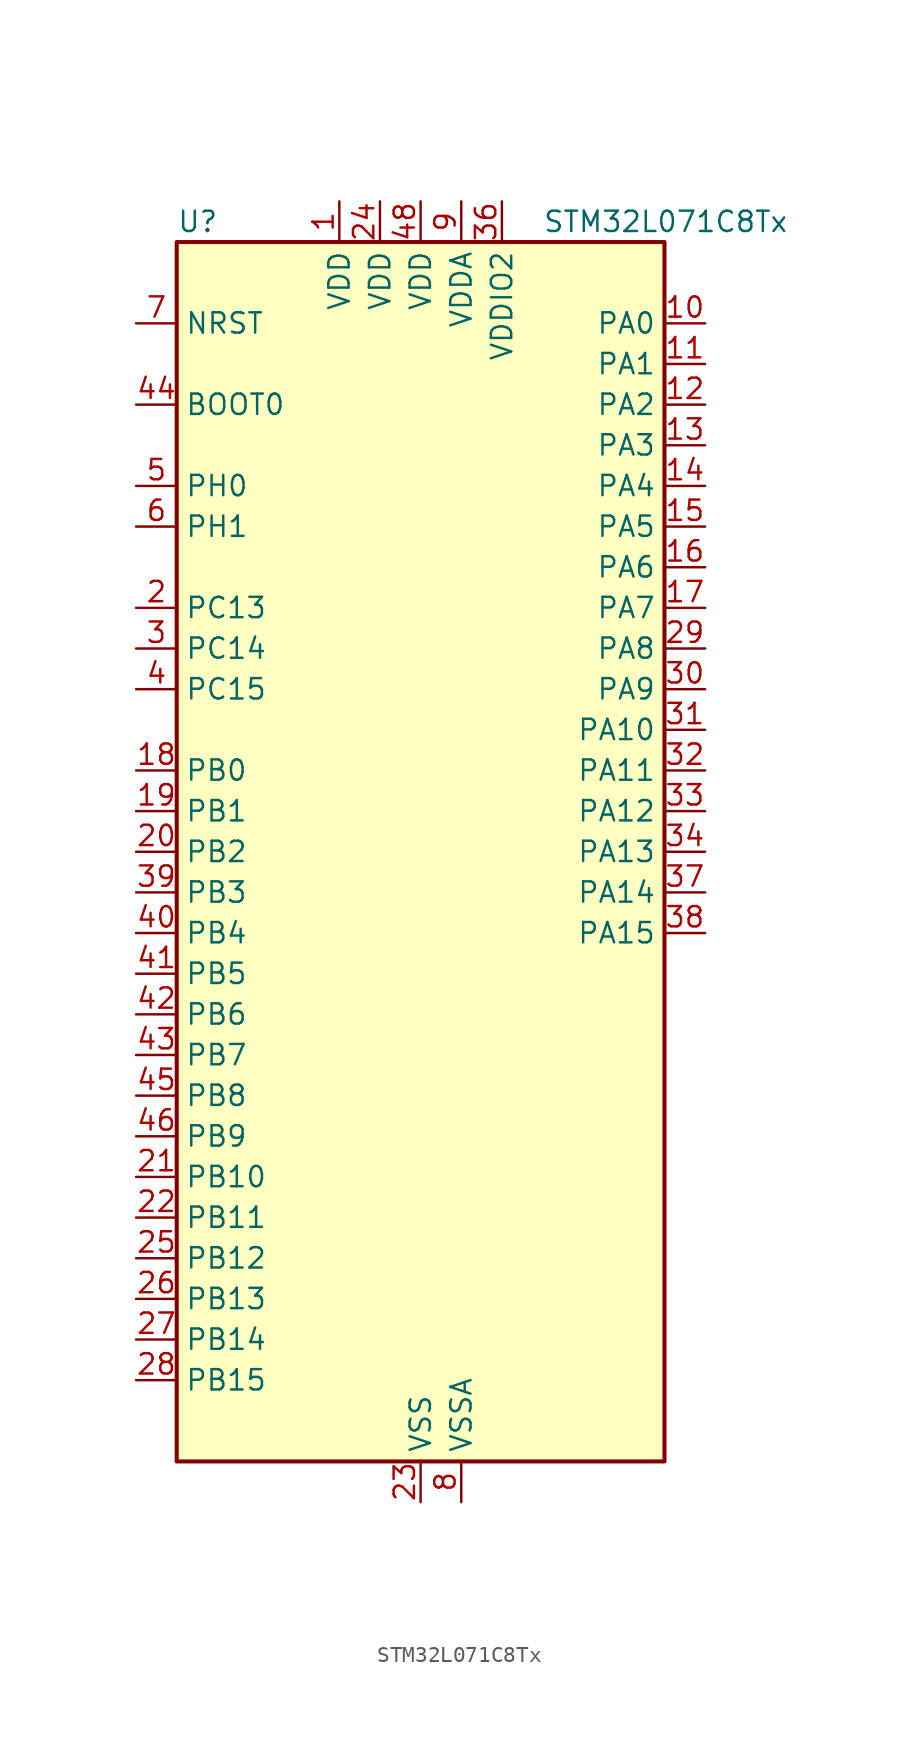
<source format=kicad_sym>
(kicad_symbol_lib
  (version 20241209)
  (generator "kicad_symbol_editor")
  (generator_version "9.0")
  (symbol "STM32L071C8Tx"
    (property "Reference" "U"
      (at -15.24 39.37 0)
      (effects (font (size 1.27 1.27)) (justify left)))
    (property "Value" "STM32L071C8Tx"
      (at 7.62 39.37 0)
      (effects (font (size 1.27 1.27)) (justify left)))
    (symbol "STM32L071C8Tx_0_1"
      (rectangle (start -15.24 -38.1) (end 15.24 38.1) (stroke (width 0.254) (type default)) (fill (type background))))
    (symbol "STM32L071C8Tx_1_1"
      (pin input line (at -17.78 33.02 0) (length 2.54) (name "NRST" (effects (font (size 1.27 1.27)))) (number "7" (effects (font (size 1.27 1.27)))))
      (pin input line (at -17.78 27.94 0) (length 2.54) (name "BOOT0" (effects (font (size 1.27 1.27)))) (number "44" (effects (font (size 1.27 1.27)))))
      (pin bidirectional line (at -17.78 22.86 0) (length 2.54) (name "PH0" (effects (font (size 1.27 1.27)))) (number "5" (effects (font (size 1.27 1.27)))) (alternate "RCC_OSC_IN" bidirectional line))
      (pin bidirectional line (at -17.78 20.32 0) (length 2.54) (name "PH1" (effects (font (size 1.27 1.27)))) (number "6" (effects (font (size 1.27 1.27)))) (alternate "RCC_OSC_OUT" bidirectional line))
      (pin bidirectional line (at -17.78 15.24 0) (length 2.54) (name "PC13" (effects (font (size 1.27 1.27)))) (number "2" (effects (font (size 1.27 1.27)))) (alternate "RTC_OUT_ALARM" bidirectional line) (alternate "RTC_OUT_CALIB" bidirectional line) (alternate "RTC_TAMP1" bidirectional line) (alternate "RTC_TS" bidirectional line) (alternate "SYS_WKUP2" bidirectional line))
      (pin bidirectional line (at -17.78 12.7 0) (length 2.54) (name "PC14" (effects (font (size 1.27 1.27)))) (number "3" (effects (font (size 1.27 1.27)))) (alternate "RCC_OSC32_IN" bidirectional line))
      (pin bidirectional line (at -17.78 10.16 0) (length 2.54) (name "PC15" (effects (font (size 1.27 1.27)))) (number "4" (effects (font (size 1.27 1.27)))) (alternate "RCC_OSC32_OUT" bidirectional line))
      (pin bidirectional line (at -17.78 5.08 0) (length 2.54) (name "PB0" (effects (font (size 1.27 1.27)))) (number "18" (effects (font (size 1.27 1.27)))) (alternate "ADC_IN8" bidirectional line) (alternate "SYS_VREF_OUT_PB0" bidirectional line) (alternate "TIM3_CH3" bidirectional line))
      (pin bidirectional line (at -17.78 2.54 0) (length 2.54) (name "PB1" (effects (font (size 1.27 1.27)))) (number "19" (effects (font (size 1.27 1.27)))) (alternate "ADC_IN9" bidirectional line) (alternate "LPUART1_DE" bidirectional line) (alternate "LPUART1_RTS" bidirectional line) (alternate "SYS_VREF_OUT_PB1" bidirectional line) (alternate "TIM3_CH4" bidirectional line))
      (pin bidirectional line (at -17.78 0 0) (length 2.54) (name "PB2" (effects (font (size 1.27 1.27)))) (number "20" (effects (font (size 1.27 1.27)))) (alternate "I2C3_SMBA" bidirectional line) (alternate "LPTIM1_OUT" bidirectional line))
      (pin bidirectional line (at -17.78 -2.54 0) (length 2.54) (name "PB3" (effects (font (size 1.27 1.27)))) (number "39" (effects (font (size 1.27 1.27)))) (alternate "COMP2_INM" bidirectional line) (alternate "SPI1_SCK" bidirectional line) (alternate "TIM2_CH2" bidirectional line) (alternate "USART1_DE" bidirectional line) (alternate "USART1_RTS" bidirectional line) (alternate "USART5_TX" bidirectional line))
      (pin bidirectional line (at -17.78 -5.08 0) (length 2.54) (name "PB4" (effects (font (size 1.27 1.27)))) (number "40" (effects (font (size 1.27 1.27)))) (alternate "COMP2_INP" bidirectional line) (alternate "I2C3_SDA" bidirectional line) (alternate "SPI1_MISO" bidirectional line) (alternate "TIM22_CH1" bidirectional line) (alternate "TIM3_CH1" bidirectional line) (alternate "USART1_CTS" bidirectional line) (alternate "USART5_RX" bidirectional line))
      (pin bidirectional line (at -17.78 -7.62 0) (length 2.54) (name "PB5" (effects (font (size 1.27 1.27)))) (number "41" (effects (font (size 1.27 1.27)))) (alternate "COMP2_INP" bidirectional line) (alternate "I2C1_SMBA" bidirectional line) (alternate "LPTIM1_IN1" bidirectional line) (alternate "SPI1_MOSI" bidirectional line) (alternate "TIM22_CH2" bidirectional line) (alternate "TIM3_CH2" bidirectional line) (alternate "USART1_CK" bidirectional line) (alternate "USART5_CK" bidirectional line) (alternate "USART5_DE" bidirectional line) (alternate "USART5_RTS" bidirectional line))
      (pin bidirectional line (at -17.78 -10.16 0) (length 2.54) (name "PB6" (effects (font (size 1.27 1.27)))) (number "42" (effects (font (size 1.27 1.27)))) (alternate "COMP2_INP" bidirectional line) (alternate "I2C1_SCL" bidirectional line) (alternate "LPTIM1_ETR" bidirectional line) (alternate "USART1_TX" bidirectional line))
      (pin bidirectional line (at -17.78 -12.7 0) (length 2.54) (name "PB7" (effects (font (size 1.27 1.27)))) (number "43" (effects (font (size 1.27 1.27)))) (alternate "COMP2_INP" bidirectional line) (alternate "I2C1_SDA" bidirectional line) (alternate "LPTIM1_IN2" bidirectional line) (alternate "SYS_PVD_IN" bidirectional line) (alternate "USART1_RX" bidirectional line) (alternate "USART4_CTS" bidirectional line))
      (pin bidirectional line (at -17.78 -15.24 0) (length 2.54) (name "PB8" (effects (font (size 1.27 1.27)))) (number "45" (effects (font (size 1.27 1.27)))) (alternate "I2C1_SCL" bidirectional line))
      (pin bidirectional line (at -17.78 -17.78 0) (length 2.54) (name "PB9" (effects (font (size 1.27 1.27)))) (number "46" (effects (font (size 1.27 1.27)))) (alternate "I2C1_SDA" bidirectional line) (alternate "I2S2_WS" bidirectional line) (alternate "SPI2_NSS" bidirectional line))
      (pin bidirectional line (at -17.78 -20.32 0) (length 2.54) (name "PB10" (effects (font (size 1.27 1.27)))) (number "21" (effects (font (size 1.27 1.27)))) (alternate "I2C2_SCL" bidirectional line) (alternate "LPUART1_RX" bidirectional line) (alternate "LPUART1_TX" bidirectional line) (alternate "SPI2_SCK" bidirectional line) (alternate "TIM2_CH3" bidirectional line))
      (pin bidirectional line (at -17.78 -22.86 0) (length 2.54) (name "PB11" (effects (font (size 1.27 1.27)))) (number "22" (effects (font (size 1.27 1.27)))) (alternate "ADC_EXTI11" bidirectional line) (alternate "I2C2_SDA" bidirectional line) (alternate "LPUART1_RX" bidirectional line) (alternate "LPUART1_TX" bidirectional line) (alternate "TIM2_CH4" bidirectional line))
      (pin bidirectional line (at -17.78 -25.4 0) (length 2.54) (name "PB12" (effects (font (size 1.27 1.27)))) (number "25" (effects (font (size 1.27 1.27)))) (alternate "I2S2_WS" bidirectional line) (alternate "LPUART1_DE" bidirectional line) (alternate "LPUART1_RTS" bidirectional line) (alternate "SPI2_NSS" bidirectional line))
      (pin bidirectional line (at -17.78 -27.94 0) (length 2.54) (name "PB13" (effects (font (size 1.27 1.27)))) (number "26" (effects (font (size 1.27 1.27)))) (alternate "I2C2_SCL" bidirectional line) (alternate "I2S2_CK" bidirectional line) (alternate "LPUART1_CTS" bidirectional line) (alternate "RCC_MCO" bidirectional line) (alternate "SPI2_SCK" bidirectional line) (alternate "TIM21_CH1" bidirectional line))
      (pin bidirectional line (at -17.78 -30.48 0) (length 2.54) (name "PB14" (effects (font (size 1.27 1.27)))) (number "27" (effects (font (size 1.27 1.27)))) (alternate "I2C2_SDA" bidirectional line) (alternate "I2S2_MCK" bidirectional line) (alternate "LPUART1_DE" bidirectional line) (alternate "LPUART1_RTS" bidirectional line) (alternate "RTC_OUT_ALARM" bidirectional line) (alternate "RTC_OUT_CALIB" bidirectional line) (alternate "SPI2_MISO" bidirectional line) (alternate "TIM21_CH2" bidirectional line))
      (pin bidirectional line (at -17.78 -33.02 0) (length 2.54) (name "PB15" (effects (font (size 1.27 1.27)))) (number "28" (effects (font (size 1.27 1.27)))) (alternate "I2S2_SD" bidirectional line) (alternate "RTC_REFIN" bidirectional line) (alternate "SPI2_MOSI" bidirectional line))
      (pin power_in line (at -5.08 40.64 270) (length 2.54) (name "VDD" (effects (font (size 1.27 1.27)))) (number "1" (effects (font (size 1.27 1.27)))))
      (pin power_in line (at -2.54 40.64 270) (length 2.54) (name "VDD" (effects (font (size 1.27 1.27)))) (number "24" (effects (font (size 1.27 1.27)))))
      (pin power_in line (at 0 40.64 270) (length 2.54) (name "VDD" (effects (font (size 1.27 1.27)))) (number "48" (effects (font (size 1.27 1.27)))))
      (pin power_in line (at 0 -40.64 90) (length 2.54) (name "VSS" (effects (font (size 1.27 1.27)))) (number "23" (effects (font (size 1.27 1.27)))))
      (pin passive line (at 0 -40.64 90) (length 2.54) (hide yes) (name "VSS" (effects (font (size 1.27 1.27)))) (number "35" (effects (font (size 1.27 1.27)))))
      (pin passive line (at 0 -40.64 90) (length 2.54) (hide yes) (name "VSS" (effects (font (size 1.27 1.27)))) (number "47" (effects (font (size 1.27 1.27)))))
      (pin power_in line (at 2.54 40.64 270) (length 2.54) (name "VDDA" (effects (font (size 1.27 1.27)))) (number "9" (effects (font (size 1.27 1.27)))))
      (pin power_in line (at 2.54 -40.64 90) (length 2.54) (name "VSSA" (effects (font (size 1.27 1.27)))) (number "8" (effects (font (size 1.27 1.27)))))
      (pin power_in line (at 5.08 40.64 270) (length 2.54) (name "VDDIO2" (effects (font (size 1.27 1.27)))) (number "36" (effects (font (size 1.27 1.27)))))
      (pin bidirectional line (at 17.78 33.02 180) (length 2.54) (name "PA0" (effects (font (size 1.27 1.27)))) (number "10" (effects (font (size 1.27 1.27)))) (alternate "ADC_IN0" bidirectional line) (alternate "COMP1_INM" bidirectional line) (alternate "COMP1_OUT" bidirectional line) (alternate "RTC_TAMP2" bidirectional line) (alternate "SYS_WKUP1" bidirectional line) (alternate "TIM2_CH1" bidirectional line) (alternate "TIM2_ETR" bidirectional line) (alternate "USART2_CTS" bidirectional line) (alternate "USART4_TX" bidirectional line))
      (pin bidirectional line (at 17.78 30.48 180) (length 2.54) (name "PA1" (effects (font (size 1.27 1.27)))) (number "11" (effects (font (size 1.27 1.27)))) (alternate "ADC_IN1" bidirectional line) (alternate "COMP1_INP" bidirectional line) (alternate "TIM21_ETR" bidirectional line) (alternate "TIM2_CH2" bidirectional line) (alternate "USART2_DE" bidirectional line) (alternate "USART2_RTS" bidirectional line) (alternate "USART4_RX" bidirectional line))
      (pin bidirectional line (at 17.78 27.94 180) (length 2.54) (name "PA2" (effects (font (size 1.27 1.27)))) (number "12" (effects (font (size 1.27 1.27)))) (alternate "ADC_IN2" bidirectional line) (alternate "COMP2_INM" bidirectional line) (alternate "COMP2_OUT" bidirectional line) (alternate "LPUART1_TX" bidirectional line) (alternate "TIM21_CH1" bidirectional line) (alternate "TIM2_CH3" bidirectional line) (alternate "USART2_TX" bidirectional line))
      (pin bidirectional line (at 17.78 25.4 180) (length 2.54) (name "PA3" (effects (font (size 1.27 1.27)))) (number "13" (effects (font (size 1.27 1.27)))) (alternate "ADC_IN3" bidirectional line) (alternate "COMP2_INP" bidirectional line) (alternate "LPUART1_RX" bidirectional line) (alternate "TIM21_CH2" bidirectional line) (alternate "TIM2_CH4" bidirectional line) (alternate "USART2_RX" bidirectional line))
      (pin bidirectional line (at 17.78 22.86 180) (length 2.54) (name "PA4" (effects (font (size 1.27 1.27)))) (number "14" (effects (font (size 1.27 1.27)))) (alternate "ADC_IN4" bidirectional line) (alternate "COMP1_INM" bidirectional line) (alternate "COMP2_INM" bidirectional line) (alternate "SPI1_NSS" bidirectional line) (alternate "TIM22_ETR" bidirectional line) (alternate "USART2_CK" bidirectional line))
      (pin bidirectional line (at 17.78 20.32 180) (length 2.54) (name "PA5" (effects (font (size 1.27 1.27)))) (number "15" (effects (font (size 1.27 1.27)))) (alternate "ADC_IN5" bidirectional line) (alternate "COMP1_INM" bidirectional line) (alternate "COMP2_INM" bidirectional line) (alternate "SPI1_SCK" bidirectional line) (alternate "TIM2_CH1" bidirectional line) (alternate "TIM2_ETR" bidirectional line))
      (pin bidirectional line (at 17.78 17.78 180) (length 2.54) (name "PA6" (effects (font (size 1.27 1.27)))) (number "16" (effects (font (size 1.27 1.27)))) (alternate "ADC_IN6" bidirectional line) (alternate "COMP1_OUT" bidirectional line) (alternate "LPUART1_CTS" bidirectional line) (alternate "SPI1_MISO" bidirectional line) (alternate "TIM22_CH1" bidirectional line) (alternate "TIM3_CH1" bidirectional line))
      (pin bidirectional line (at 17.78 15.24 180) (length 2.54) (name "PA7" (effects (font (size 1.27 1.27)))) (number "17" (effects (font (size 1.27 1.27)))) (alternate "ADC_IN7" bidirectional line) (alternate "COMP2_OUT" bidirectional line) (alternate "SPI1_MOSI" bidirectional line) (alternate "TIM22_CH2" bidirectional line) (alternate "TIM3_CH2" bidirectional line))
      (pin bidirectional line (at 17.78 12.7 180) (length 2.54) (name "PA8" (effects (font (size 1.27 1.27)))) (number "29" (effects (font (size 1.27 1.27)))) (alternate "I2C3_SCL" bidirectional line) (alternate "RCC_MCO" bidirectional line) (alternate "USART1_CK" bidirectional line))
      (pin bidirectional line (at 17.78 10.16 180) (length 2.54) (name "PA9" (effects (font (size 1.27 1.27)))) (number "30" (effects (font (size 1.27 1.27)))) (alternate "I2C1_SCL" bidirectional line) (alternate "I2C3_SMBA" bidirectional line) (alternate "RCC_MCO" bidirectional line) (alternate "USART1_TX" bidirectional line))
      (pin bidirectional line (at 17.78 7.62 180) (length 2.54) (name "PA10" (effects (font (size 1.27 1.27)))) (number "31" (effects (font (size 1.27 1.27)))) (alternate "I2C1_SDA" bidirectional line) (alternate "USART1_RX" bidirectional line))
      (pin bidirectional line (at 17.78 5.08 180) (length 2.54) (name "PA11" (effects (font (size 1.27 1.27)))) (number "32" (effects (font (size 1.27 1.27)))) (alternate "ADC_EXTI11" bidirectional line) (alternate "COMP1_OUT" bidirectional line) (alternate "SPI1_MISO" bidirectional line) (alternate "USART1_CTS" bidirectional line))
      (pin bidirectional line (at 17.78 2.54 180) (length 2.54) (name "PA12" (effects (font (size 1.27 1.27)))) (number "33" (effects (font (size 1.27 1.27)))) (alternate "COMP2_OUT" bidirectional line) (alternate "SPI1_MOSI" bidirectional line) (alternate "USART1_DE" bidirectional line) (alternate "USART1_RTS" bidirectional line))
      (pin bidirectional line (at 17.78 0 180) (length 2.54) (name "PA13" (effects (font (size 1.27 1.27)))) (number "34" (effects (font (size 1.27 1.27)))) (alternate "LPUART1_RX" bidirectional line) (alternate "SYS_SWDIO" bidirectional line))
      (pin bidirectional line (at 17.78 -2.54 180) (length 2.54) (name "PA14" (effects (font (size 1.27 1.27)))) (number "37" (effects (font (size 1.27 1.27)))) (alternate "LPUART1_TX" bidirectional line) (alternate "SYS_SWCLK" bidirectional line) (alternate "USART2_TX" bidirectional line))
      (pin bidirectional line (at 17.78 -5.08 180) (length 2.54) (name "PA15" (effects (font (size 1.27 1.27)))) (number "38" (effects (font (size 1.27 1.27)))) (alternate "SPI1_NSS" bidirectional line) (alternate "TIM2_CH1" bidirectional line) (alternate "TIM2_ETR" bidirectional line) (alternate "USART2_RX" bidirectional line) (alternate "USART4_DE" bidirectional line) (alternate "USART4_RTS" bidirectional line)))))
</source>
